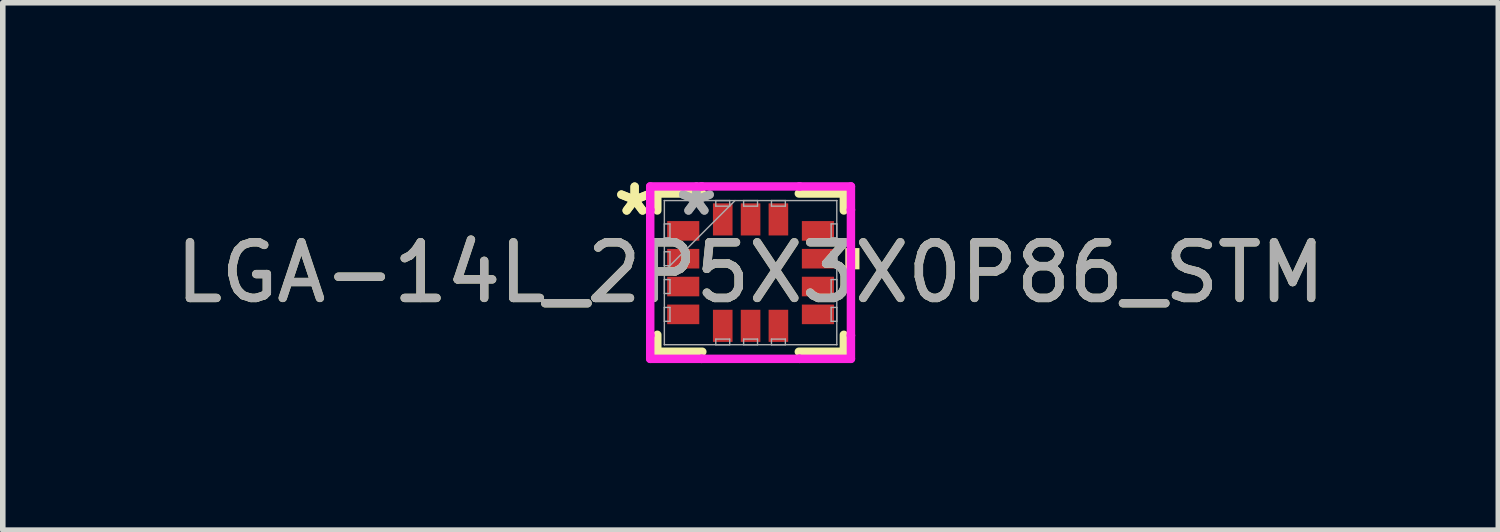
<source format=kicad_pcb>
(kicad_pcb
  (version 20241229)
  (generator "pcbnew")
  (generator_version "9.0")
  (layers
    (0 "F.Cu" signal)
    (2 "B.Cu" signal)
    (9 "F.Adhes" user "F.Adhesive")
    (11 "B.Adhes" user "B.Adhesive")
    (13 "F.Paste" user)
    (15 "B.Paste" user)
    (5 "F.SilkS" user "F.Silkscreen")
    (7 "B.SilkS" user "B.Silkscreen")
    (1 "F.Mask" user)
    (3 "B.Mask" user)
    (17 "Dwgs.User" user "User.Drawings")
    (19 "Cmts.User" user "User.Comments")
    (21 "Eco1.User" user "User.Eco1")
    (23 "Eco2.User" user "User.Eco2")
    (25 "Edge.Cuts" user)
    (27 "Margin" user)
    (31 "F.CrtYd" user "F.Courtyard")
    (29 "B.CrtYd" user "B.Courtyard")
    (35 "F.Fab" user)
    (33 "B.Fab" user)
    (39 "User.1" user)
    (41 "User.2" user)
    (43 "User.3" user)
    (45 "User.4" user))
  (footprint "LGA-14L_2P5X3X0P86_STM"
    (layer "F.Cu")
    (at 10.435 1.848)
    (property "Reference" "LGA-14L_2P5X3X0P86_STM" (at 0 0 0) (unlocked yes) (layer "F.SilkS") (effects (font (size 1 1) (thickness 0.15))))
    (attr smd)
    (fp_line (start -1.676 -1.422) (end -1.676 -1.117) (stroke (width 0.152) (type solid)) (layer "F.SilkS"))
    (fp_line (start -1.676 1.117) (end -1.676 1.422) (stroke (width 0.152) (type solid)) (layer "F.SilkS"))
    (fp_line (start -1.676 1.422) (end -0.867 1.422) (stroke (width 0.152) (type solid)) (layer "F.SilkS"))
    (fp_line (start -0.867 -1.422) (end -1.676 -1.422) (stroke (width 0.152) (type solid)) (layer "F.SilkS"))
    (fp_line (start 0.867 1.422) (end 1.676 1.422) (stroke (width 0.152) (type solid)) (layer "F.SilkS"))
    (fp_line (start 1.676 -1.422) (end 0.867 -1.422) (stroke (width 0.152) (type solid)) (layer "F.SilkS"))
    (fp_line (start 1.676 -1.117) (end 1.676 -1.422) (stroke (width 0.152) (type solid)) (layer "F.SilkS"))
    (fp_line (start 1.676 1.422) (end 1.676 1.117) (stroke (width 0.152) (type solid)) (layer "F.SilkS"))
    (fp_poly (pts (xy 1.956 -0.441) (xy 1.956 -0.059) (xy 1.702 -0.059) (xy 1.702 -0.441)) (stroke (width 0) (type solid)) (fill yes) (layer "F.SilkS"))
    (fp_line (start -1.803 -1.549) (end -0.879 -1.549) (stroke (width 0.152) (type solid)) (layer "F.CrtYd"))
    (fp_line (start -1.803 -1.129) (end -1.803 -1.549) (stroke (width 0.152) (type solid)) (layer "F.CrtYd"))
    (fp_line (start -1.803 -1.129) (end -1.803 -1.129) (stroke (width 0.152) (type solid)) (layer "F.CrtYd"))
    (fp_line (start -1.803 1.129) (end -1.803 -1.129) (stroke (width 0.152) (type solid)) (layer "F.CrtYd"))
    (fp_line (start -1.803 1.129) (end -1.803 1.129) (stroke (width 0.152) (type solid)) (layer "F.CrtYd"))
    (fp_line (start -1.803 1.549) (end -1.803 1.129) (stroke (width 0.152) (type solid)) (layer "F.CrtYd"))
    (fp_line (start -0.879 -1.549) (end -0.879 -1.549) (stroke (width 0.152) (type solid)) (layer "F.CrtYd"))
    (fp_line (start -0.879 -1.549) (end 0.879 -1.549) (stroke (width 0.152) (type solid)) (layer "F.CrtYd"))
    (fp_line (start -0.879 1.549) (end -1.803 1.549) (stroke (width 0.152) (type solid)) (layer "F.CrtYd"))
    (fp_line (start -0.879 1.549) (end -0.879 1.549) (stroke (width 0.152) (type solid)) (layer "F.CrtYd"))
    (fp_line (start 0.879 -1.549) (end 0.879 -1.549) (stroke (width 0.152) (type solid)) (layer "F.CrtYd"))
    (fp_line (start 0.879 -1.549) (end 1.803 -1.549) (stroke (width 0.152) (type solid)) (layer "F.CrtYd"))
    (fp_line (start 0.879 1.549) (end -0.879 1.549) (stroke (width 0.152) (type solid)) (layer "F.CrtYd"))
    (fp_line (start 0.879 1.549) (end 0.879 1.549) (stroke (width 0.152) (type solid)) (layer "F.CrtYd"))
    (fp_line (start 1.803 -1.549) (end 1.803 -1.129) (stroke (width 0.152) (type solid)) (layer "F.CrtYd"))
    (fp_line (start 1.803 -1.129) (end 1.803 -1.129) (stroke (width 0.152) (type solid)) (layer "F.CrtYd"))
    (fp_line (start 1.803 -1.129) (end 1.803 1.129) (stroke (width 0.152) (type solid)) (layer "F.CrtYd"))
    (fp_line (start 1.803 1.129) (end 1.803 1.129) (stroke (width 0.152) (type solid)) (layer "F.CrtYd"))
    (fp_line (start 1.803 1.129) (end 1.803 1.549) (stroke (width 0.152) (type solid)) (layer "F.CrtYd"))
    (fp_line (start 1.803 1.549) (end 0.879 1.549) (stroke (width 0.152) (type solid)) (layer "F.CrtYd"))
    (fp_line (start -1.549 -1.295) (end -1.549 -1.295) (stroke (width 0.025) (type solid)) (layer "F.Fab"))
    (fp_line (start -1.549 -1.295) (end -1.549 1.295) (stroke (width 0.025) (type solid)) (layer "F.Fab"))
    (fp_line (start -1.549 -0.875) (end -1.448 -0.875) (stroke (width 0.025) (type solid)) (layer "F.Fab"))
    (fp_line (start -1.549 -0.625) (end -1.549 -0.875) (stroke (width 0.025) (type solid)) (layer "F.Fab"))
    (fp_line (start -1.549 -0.375) (end -1.448 -0.375) (stroke (width 0.025) (type solid)) (layer "F.Fab"))
    (fp_line (start -1.549 -0.125) (end -1.549 -0.375) (stroke (width 0.025) (type solid)) (layer "F.Fab"))
    (fp_line (start -1.549 -0.025) (end -0.279 -1.295) (stroke (width 0.025) (type solid)) (layer "F.Fab"))
    (fp_line (start -1.549 0.125) (end -1.448 0.125) (stroke (width 0.025) (type solid)) (layer "F.Fab"))
    (fp_line (start -1.549 0.375) (end -1.549 0.125) (stroke (width 0.025) (type solid)) (layer "F.Fab"))
    (fp_line (start -1.549 0.625) (end -1.448 0.625) (stroke (width 0.025) (type solid)) (layer "F.Fab"))
    (fp_line (start -1.549 0.875) (end -1.549 0.625) (stroke (width 0.025) (type solid)) (layer "F.Fab"))
    (fp_line (start -1.549 1.295) (end -1.549 1.295) (stroke (width 0.025) (type solid)) (layer "F.Fab"))
    (fp_line (start -1.549 1.295) (end 1.549 1.295) (stroke (width 0.025) (type solid)) (layer "F.Fab"))
    (fp_line (start -1.448 -0.875) (end -1.448 -0.625) (stroke (width 0.025) (type solid)) (layer "F.Fab"))
    (fp_line (start -1.448 -0.625) (end -1.549 -0.625) (stroke (width 0.025) (type solid)) (layer "F.Fab"))
    (fp_line (start -1.448 -0.375) (end -1.448 -0.125) (stroke (width 0.025) (type solid)) (layer "F.Fab"))
    (fp_line (start -1.448 -0.125) (end -1.549 -0.125) (stroke (width 0.025) (type solid)) (layer "F.Fab"))
    (fp_line (start -1.448 0.125) (end -1.448 0.375) (stroke (width 0.025) (type solid)) (layer "F.Fab"))
    (fp_line (start -1.448 0.375) (end -1.549 0.375) (stroke (width 0.025) (type solid)) (layer "F.Fab"))
    (fp_line (start -1.448 0.625) (end -1.448 0.875) (stroke (width 0.025) (type solid)) (layer "F.Fab"))
    (fp_line (start -1.448 0.875) (end -1.549 0.875) (stroke (width 0.025) (type solid)) (layer "F.Fab"))
    (fp_line (start -0.625 -1.295) (end -0.375 -1.295) (stroke (width 0.025) (type solid)) (layer "F.Fab"))
    (fp_line (start -0.625 -1.194) (end -0.625 -1.295) (stroke (width 0.025) (type solid)) (layer "F.Fab"))
    (fp_line (start -0.625 1.194) (end -0.375 1.194) (stroke (width 0.025) (type solid)) (layer "F.Fab"))
    (fp_line (start -0.625 1.295) (end -0.625 1.194) (stroke (width 0.025) (type solid)) (layer "F.Fab"))
    (fp_line (start -0.375 -1.295) (end -0.375 -1.194) (stroke (width 0.025) (type solid)) (layer "F.Fab"))
    (fp_line (start -0.375 -1.194) (end -0.625 -1.194) (stroke (width 0.025) (type solid)) (layer "F.Fab"))
    (fp_line (start -0.375 1.194) (end -0.375 1.295) (stroke (width 0.025) (type solid)) (layer "F.Fab"))
    (fp_line (start -0.375 1.295) (end -0.625 1.295) (stroke (width 0.025) (type solid)) (layer "F.Fab"))
    (fp_line (start -0.125 -1.295) (end 0.125 -1.295) (stroke (width 0.025) (type solid)) (layer "F.Fab"))
    (fp_line (start -0.125 -1.194) (end -0.125 -1.295) (stroke (width 0.025) (type solid)) (layer "F.Fab"))
    (fp_line (start -0.125 1.194) (end 0.125 1.194) (stroke (width 0.025) (type solid)) (layer "F.Fab"))
    (fp_line (start -0.125 1.295) (end -0.125 1.194) (stroke (width 0.025) (type solid)) (layer "F.Fab"))
    (fp_line (start 0.125 -1.295) (end 0.125 -1.194) (stroke (width 0.025) (type solid)) (layer "F.Fab"))
    (fp_line (start 0.125 -1.194) (end -0.125 -1.194) (stroke (width 0.025) (type solid)) (layer "F.Fab"))
    (fp_line (start 0.125 1.194) (end 0.125 1.295) (stroke (width 0.025) (type solid)) (layer "F.Fab"))
    (fp_line (start 0.125 1.295) (end -0.125 1.295) (stroke (width 0.025) (type solid)) (layer "F.Fab"))
    (fp_line (start 0.375 -1.295) (end 0.625 -1.295) (stroke (width 0.025) (type solid)) (layer "F.Fab"))
    (fp_line (start 0.375 -1.194) (end 0.375 -1.295) (stroke (width 0.025) (type solid)) (layer "F.Fab"))
    (fp_line (start 0.375 1.194) (end 0.625 1.194) (stroke (width 0.025) (type solid)) (layer "F.Fab"))
    (fp_line (start 0.375 1.295) (end 0.375 1.194) (stroke (width 0.025) (type solid)) (layer "F.Fab"))
    (fp_line (start 0.625 -1.295) (end 0.625 -1.194) (stroke (width 0.025) (type solid)) (layer "F.Fab"))
    (fp_line (start 0.625 -1.194) (end 0.375 -1.194) (stroke (width 0.025) (type solid)) (layer "F.Fab"))
    (fp_line (start 0.625 1.194) (end 0.625 1.295) (stroke (width 0.025) (type solid)) (layer "F.Fab"))
    (fp_line (start 0.625 1.295) (end 0.375 1.295) (stroke (width 0.025) (type solid)) (layer "F.Fab"))
    (fp_line (start 1.448 -0.875) (end 1.549 -0.875) (stroke (width 0.025) (type solid)) (layer "F.Fab"))
    (fp_line (start 1.448 -0.625) (end 1.448 -0.875) (stroke (width 0.025) (type solid)) (layer "F.Fab"))
    (fp_line (start 1.448 -0.375) (end 1.549 -0.375) (stroke (width 0.025) (type solid)) (layer "F.Fab"))
    (fp_line (start 1.448 -0.125) (end 1.448 -0.375) (stroke (width 0.025) (type solid)) (layer "F.Fab"))
    (fp_line (start 1.448 0.125) (end 1.549 0.125) (stroke (width 0.025) (type solid)) (layer "F.Fab"))
    (fp_line (start 1.448 0.375) (end 1.448 0.125) (stroke (width 0.025) (type solid)) (layer "F.Fab"))
    (fp_line (start 1.448 0.625) (end 1.549 0.625) (stroke (width 0.025) (type solid)) (layer "F.Fab"))
    (fp_line (start 1.448 0.875) (end 1.448 0.625) (stroke (width 0.025) (type solid)) (layer "F.Fab"))
    (fp_line (start 1.549 -1.295) (end -1.549 -1.295) (stroke (width 0.025) (type solid)) (layer "F.Fab"))
    (fp_line (start 1.549 -1.295) (end 1.549 -1.295) (stroke (width 0.025) (type solid)) (layer "F.Fab"))
    (fp_line (start 1.549 -0.875) (end 1.549 -0.625) (stroke (width 0.025) (type solid)) (layer "F.Fab"))
    (fp_line (start 1.549 -0.625) (end 1.448 -0.625) (stroke (width 0.025) (type solid)) (layer "F.Fab"))
    (fp_line (start 1.549 -0.375) (end 1.549 -0.125) (stroke (width 0.025) (type solid)) (layer "F.Fab"))
    (fp_line (start 1.549 -0.125) (end 1.448 -0.125) (stroke (width 0.025) (type solid)) (layer "F.Fab"))
    (fp_line (start 1.549 0.125) (end 1.549 0.375) (stroke (width 0.025) (type solid)) (layer "F.Fab"))
    (fp_line (start 1.549 0.375) (end 1.448 0.375) (stroke (width 0.025) (type solid)) (layer "F.Fab"))
    (fp_line (start 1.549 0.625) (end 1.549 0.875) (stroke (width 0.025) (type solid)) (layer "F.Fab"))
    (fp_line (start 1.549 0.875) (end 1.448 0.875) (stroke (width 0.025) (type solid)) (layer "F.Fab"))
    (fp_line (start 1.549 1.295) (end 1.549 -1.295) (stroke (width 0.025) (type solid)) (layer "F.Fab"))
    (fp_line (start 1.549 1.295) (end 1.549 1.295) (stroke (width 0.025) (type solid)) (layer "F.Fab"))
    (fp_text user "*" (at -2.083 -1 0) (unlocked yes) (layer "F.SilkS") (effects (font (size 1 1) (thickness 0.15))))
    (fp_text user "*" (at -2.083 -1 0) (layer "F.SilkS") (effects (font (size 1 1) (thickness 0.15))))
    (fp_text user "*" (at -0.973 -1 0) (unlocked yes) (layer "F.Fab") (effects (font (size 1 1) (thickness 0.15))))
    (fp_text user "*" (at -0.973 -1 0) (layer "F.Fab") (effects (font (size 1 1) (thickness 0.15))))
    (fp_text user "${REFERENCE}" (at 0 0 0) (unlocked yes) (layer "F.Fab") (effects (font (size 1 1) (thickness 0.15))))
    (pad "1" smd rect (at -1.21 -0.75 90) (size 0.352 0.577) (layers "F.Cu" "F.Mask" "F.Paste"))
    (pad "2" smd rect (at -1.21 -0.25 90) (size 0.352 0.577) (layers "F.Cu" "F.Mask" "F.Paste"))
    (pad "3" smd rect (at -1.21 0.25 90) (size 0.352 0.577) (layers "F.Cu" "F.Mask" "F.Paste"))
    (pad "4" smd rect (at -1.21 0.75 90) (size 0.352 0.577) (layers "F.Cu" "F.Mask" "F.Paste"))
    (pad "5" smd rect (at -0.5 0.956) (size 0.352 0.577) (layers "F.Cu" "F.Mask" "F.Paste"))
    (pad "6" smd rect (at 0 0.956) (size 0.352 0.577) (layers "F.Cu" "F.Mask" "F.Paste"))
    (pad "7" smd rect (at 0.5 0.956) (size 0.352 0.577) (layers "F.Cu" "F.Mask" "F.Paste"))
    (pad "8" smd rect (at 1.21 0.75 90) (size 0.352 0.577) (layers "F.Cu" "F.Mask" "F.Paste"))
    (pad "9" smd rect (at 1.21 0.25 90) (size 0.352 0.577) (layers "F.Cu" "F.Mask" "F.Paste"))
    (pad "10" smd rect (at 1.21 -0.25 90) (size 0.352 0.577) (layers "F.Cu" "F.Mask" "F.Paste"))
    (pad "11" smd rect (at 1.21 -0.75 90) (size 0.352 0.577) (layers "F.Cu" "F.Mask" "F.Paste"))
    (pad "12" smd rect (at 0.5 -0.956) (size 0.352 0.577) (layers "F.Cu" "F.Mask" "F.Paste"))
    (pad "13" smd rect (at 0 -0.956) (size 0.352 0.577) (layers "F.Cu" "F.Mask" "F.Paste"))
    (pad "14" smd rect (at -0.5 -0.956) (size 0.352 0.577) (layers "F.Cu" "F.Mask" "F.Paste")))
  (gr_rect
    (start -3 -3)
    (end 23.869 6.474)
    (stroke (width 0.1) (type default))
    (fill no)
    (layer "Edge.Cuts")))
</source>
